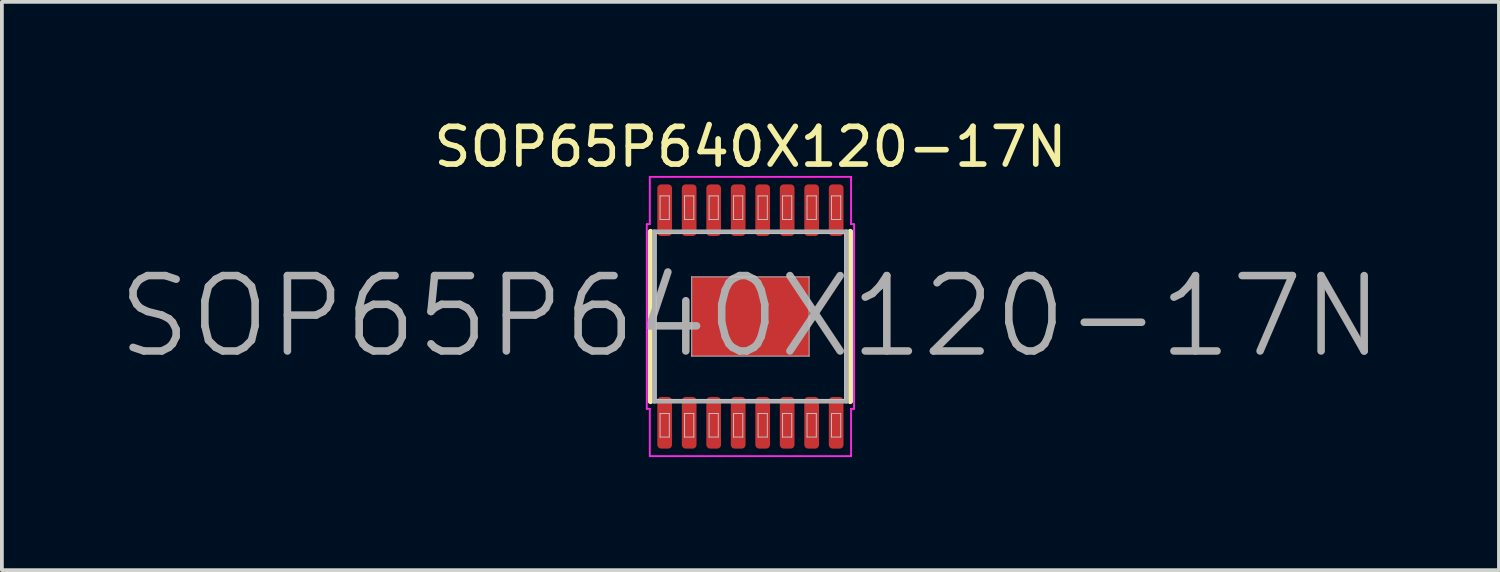
<source format=kicad_pcb>
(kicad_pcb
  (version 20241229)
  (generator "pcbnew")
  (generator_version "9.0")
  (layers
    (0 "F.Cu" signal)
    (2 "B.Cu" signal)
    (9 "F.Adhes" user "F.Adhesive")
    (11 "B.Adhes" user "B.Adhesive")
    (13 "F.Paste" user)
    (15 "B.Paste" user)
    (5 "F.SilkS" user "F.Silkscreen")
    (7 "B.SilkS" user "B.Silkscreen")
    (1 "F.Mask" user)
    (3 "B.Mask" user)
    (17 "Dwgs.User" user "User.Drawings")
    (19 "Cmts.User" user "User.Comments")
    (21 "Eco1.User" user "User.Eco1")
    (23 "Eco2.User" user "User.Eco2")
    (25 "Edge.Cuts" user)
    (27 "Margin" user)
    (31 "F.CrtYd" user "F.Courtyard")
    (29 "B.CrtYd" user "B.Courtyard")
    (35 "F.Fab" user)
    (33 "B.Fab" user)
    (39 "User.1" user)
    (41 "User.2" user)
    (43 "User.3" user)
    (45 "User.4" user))
  (footprint "SOP65P640X120-17N"
    (layer "F.Cu")
    (at 16.862 5.348)
    (property "Reference" "SOP65P640X120-17N" (at 0 -4.5 0) (layer "F.SilkS") (effects (font (size 1 1) (thickness 0.15))))
    (attr smd)
    (fp_line (start -2.65 2.25) (end -2.65 -2.25) (stroke (width 0.15) (type solid)) (layer "F.SilkS"))
    (fp_line (start 2.65 2.25) (end 2.65 -2.25) (stroke (width 0.15) (type solid)) (layer "F.SilkS"))
    (fp_line (start -2.5 -2.2) (end 2.5 -2.2) (stroke (width 0.025) (type solid)) (layer "Dwgs.User"))
    (fp_line (start -2.5 2.2) (end -2.5 -2.2) (stroke (width 0.025) (type solid)) (layer "Dwgs.User"))
    (fp_line (start -2.397 -3.2) (end -2.152 -3.2) (stroke (width 0.025) (type solid)) (layer "Dwgs.User"))
    (fp_line (start -2.397 -2.575) (end -2.397 -3.2) (stroke (width 0.025) (type solid)) (layer "Dwgs.User"))
    (fp_line (start -2.397 2.575) (end -2.152 2.575) (stroke (width 0.025) (type solid)) (layer "Dwgs.User"))
    (fp_line (start -2.397 3.2) (end -2.397 2.575) (stroke (width 0.025) (type solid)) (layer "Dwgs.User"))
    (fp_line (start -2.152 -3.2) (end -2.152 -2.575) (stroke (width 0.025) (type solid)) (layer "Dwgs.User"))
    (fp_line (start -2.152 -2.575) (end -2.397 -2.575) (stroke (width 0.025) (type solid)) (layer "Dwgs.User"))
    (fp_line (start -2.152 2.575) (end -2.152 3.2) (stroke (width 0.025) (type solid)) (layer "Dwgs.User"))
    (fp_line (start -2.152 3.2) (end -2.397 3.2) (stroke (width 0.025) (type solid)) (layer "Dwgs.User"))
    (fp_line (start -1.748 -3.2) (end -1.502 -3.2) (stroke (width 0.025) (type solid)) (layer "Dwgs.User"))
    (fp_line (start -1.748 -2.575) (end -1.748 -3.2) (stroke (width 0.025) (type solid)) (layer "Dwgs.User"))
    (fp_line (start -1.748 2.575) (end -1.502 2.575) (stroke (width 0.025) (type solid)) (layer "Dwgs.User"))
    (fp_line (start -1.748 3.2) (end -1.748 2.575) (stroke (width 0.025) (type solid)) (layer "Dwgs.User"))
    (fp_line (start -1.558 -1.052) (end 1.558 -1.052) (stroke (width 0.025) (type solid)) (layer "Dwgs.User"))
    (fp_line (start -1.558 1.052) (end -1.558 -1.052) (stroke (width 0.025) (type solid)) (layer "Dwgs.User"))
    (fp_line (start -1.502 -3.2) (end -1.502 -2.575) (stroke (width 0.025) (type solid)) (layer "Dwgs.User"))
    (fp_line (start -1.502 -2.575) (end -1.748 -2.575) (stroke (width 0.025) (type solid)) (layer "Dwgs.User"))
    (fp_line (start -1.502 2.575) (end -1.502 3.2) (stroke (width 0.025) (type solid)) (layer "Dwgs.User"))
    (fp_line (start -1.502 3.2) (end -1.748 3.2) (stroke (width 0.025) (type solid)) (layer "Dwgs.User"))
    (fp_line (start -1.097 -3.2) (end -0.853 -3.2) (stroke (width 0.025) (type solid)) (layer "Dwgs.User"))
    (fp_line (start -1.097 -2.575) (end -1.097 -3.2) (stroke (width 0.025) (type solid)) (layer "Dwgs.User"))
    (fp_line (start -1.097 2.575) (end -0.853 2.575) (stroke (width 0.025) (type solid)) (layer "Dwgs.User"))
    (fp_line (start -1.097 3.2) (end -1.097 2.575) (stroke (width 0.025) (type solid)) (layer "Dwgs.User"))
    (fp_line (start -0.853 -3.2) (end -0.853 -2.575) (stroke (width 0.025) (type solid)) (layer "Dwgs.User"))
    (fp_line (start -0.853 -2.575) (end -1.097 -2.575) (stroke (width 0.025) (type solid)) (layer "Dwgs.User"))
    (fp_line (start -0.853 2.575) (end -0.853 3.2) (stroke (width 0.025) (type solid)) (layer "Dwgs.User"))
    (fp_line (start -0.853 3.2) (end -1.097 3.2) (stroke (width 0.025) (type solid)) (layer "Dwgs.User"))
    (fp_line (start -0.448 -3.2) (end -0.203 -3.2) (stroke (width 0.025) (type solid)) (layer "Dwgs.User"))
    (fp_line (start -0.448 -2.575) (end -0.448 -3.2) (stroke (width 0.025) (type solid)) (layer "Dwgs.User"))
    (fp_line (start -0.448 2.575) (end -0.203 2.575) (stroke (width 0.025) (type solid)) (layer "Dwgs.User"))
    (fp_line (start -0.448 3.2) (end -0.448 2.575) (stroke (width 0.025) (type solid)) (layer "Dwgs.User"))
    (fp_line (start -0.203 -3.2) (end -0.203 -2.575) (stroke (width 0.025) (type solid)) (layer "Dwgs.User"))
    (fp_line (start -0.203 -2.575) (end -0.448 -2.575) (stroke (width 0.025) (type solid)) (layer "Dwgs.User"))
    (fp_line (start -0.203 2.575) (end -0.203 3.2) (stroke (width 0.025) (type solid)) (layer "Dwgs.User"))
    (fp_line (start -0.203 3.2) (end -0.448 3.2) (stroke (width 0.025) (type solid)) (layer "Dwgs.User"))
    (fp_line (start 0.203 -3.2) (end 0.448 -3.2) (stroke (width 0.025) (type solid)) (layer "Dwgs.User"))
    (fp_line (start 0.203 -2.575) (end 0.203 -3.2) (stroke (width 0.025) (type solid)) (layer "Dwgs.User"))
    (fp_line (start 0.203 2.575) (end 0.448 2.575) (stroke (width 0.025) (type solid)) (layer "Dwgs.User"))
    (fp_line (start 0.203 3.2) (end 0.203 2.575) (stroke (width 0.025) (type solid)) (layer "Dwgs.User"))
    (fp_line (start 0.448 -3.2) (end 0.448 -2.575) (stroke (width 0.025) (type solid)) (layer "Dwgs.User"))
    (fp_line (start 0.448 -2.575) (end 0.203 -2.575) (stroke (width 0.025) (type solid)) (layer "Dwgs.User"))
    (fp_line (start 0.448 2.575) (end 0.448 3.2) (stroke (width 0.025) (type solid)) (layer "Dwgs.User"))
    (fp_line (start 0.448 3.2) (end 0.203 3.2) (stroke (width 0.025) (type solid)) (layer "Dwgs.User"))
    (fp_line (start 0.853 -3.2) (end 1.097 -3.2) (stroke (width 0.025) (type solid)) (layer "Dwgs.User"))
    (fp_line (start 0.853 -2.575) (end 0.853 -3.2) (stroke (width 0.025) (type solid)) (layer "Dwgs.User"))
    (fp_line (start 0.853 2.575) (end 1.097 2.575) (stroke (width 0.025) (type solid)) (layer "Dwgs.User"))
    (fp_line (start 0.853 3.2) (end 0.853 2.575) (stroke (width 0.025) (type solid)) (layer "Dwgs.User"))
    (fp_line (start 1.097 -3.2) (end 1.097 -2.575) (stroke (width 0.025) (type solid)) (layer "Dwgs.User"))
    (fp_line (start 1.097 -2.575) (end 0.853 -2.575) (stroke (width 0.025) (type solid)) (layer "Dwgs.User"))
    (fp_line (start 1.097 2.575) (end 1.097 3.2) (stroke (width 0.025) (type solid)) (layer "Dwgs.User"))
    (fp_line (start 1.097 3.2) (end 0.853 3.2) (stroke (width 0.025) (type solid)) (layer "Dwgs.User"))
    (fp_line (start 1.502 -3.2) (end 1.748 -3.2) (stroke (width 0.025) (type solid)) (layer "Dwgs.User"))
    (fp_line (start 1.502 -2.575) (end 1.502 -3.2) (stroke (width 0.025) (type solid)) (layer "Dwgs.User"))
    (fp_line (start 1.502 2.575) (end 1.748 2.575) (stroke (width 0.025) (type solid)) (layer "Dwgs.User"))
    (fp_line (start 1.502 3.2) (end 1.502 2.575) (stroke (width 0.025) (type solid)) (layer "Dwgs.User"))
    (fp_line (start 1.558 -1.052) (end 1.558 1.052) (stroke (width 0.025) (type solid)) (layer "Dwgs.User"))
    (fp_line (start 1.558 1.052) (end -1.558 1.052) (stroke (width 0.025) (type solid)) (layer "Dwgs.User"))
    (fp_line (start 1.748 -3.2) (end 1.748 -2.575) (stroke (width 0.025) (type solid)) (layer "Dwgs.User"))
    (fp_line (start 1.748 -2.575) (end 1.502 -2.575) (stroke (width 0.025) (type solid)) (layer "Dwgs.User"))
    (fp_line (start 1.748 2.575) (end 1.748 3.2) (stroke (width 0.025) (type solid)) (layer "Dwgs.User"))
    (fp_line (start 1.748 3.2) (end 1.502 3.2) (stroke (width 0.025) (type solid)) (layer "Dwgs.User"))
    (fp_line (start 2.152 -3.2) (end 2.397 -3.2) (stroke (width 0.025) (type solid)) (layer "Dwgs.User"))
    (fp_line (start 2.152 -2.575) (end 2.152 -3.2) (stroke (width 0.025) (type solid)) (layer "Dwgs.User"))
    (fp_line (start 2.152 2.575) (end 2.397 2.575) (stroke (width 0.025) (type solid)) (layer "Dwgs.User"))
    (fp_line (start 2.152 3.2) (end 2.152 2.575) (stroke (width 0.025) (type solid)) (layer "Dwgs.User"))
    (fp_line (start 2.397 -3.2) (end 2.397 -2.575) (stroke (width 0.025) (type solid)) (layer "Dwgs.User"))
    (fp_line (start 2.397 -2.575) (end 2.152 -2.575) (stroke (width 0.025) (type solid)) (layer "Dwgs.User"))
    (fp_line (start 2.397 2.575) (end 2.397 3.2) (stroke (width 0.025) (type solid)) (layer "Dwgs.User"))
    (fp_line (start 2.397 3.2) (end 2.152 3.2) (stroke (width 0.025) (type solid)) (layer "Dwgs.User"))
    (fp_line (start 2.5 -2.2) (end 2.5 2.2) (stroke (width 0.025) (type solid)) (layer "Dwgs.User"))
    (fp_line (start 2.5 2.2) (end -2.5 2.2) (stroke (width 0.025) (type solid)) (layer "Dwgs.User"))
    (fp_line (start -2.75 -2.45) (end -2.75 2.45) (stroke (width 0.05) (type solid)) (layer "F.CrtYd"))
    (fp_line (start -2.75 2.45) (end -2.67 2.45) (stroke (width 0.05) (type solid)) (layer "F.CrtYd"))
    (fp_line (start -2.67 -3.705) (end -2.67 -2.45) (stroke (width 0.05) (type solid)) (layer "F.CrtYd"))
    (fp_line (start -2.67 -2.45) (end -2.75 -2.45) (stroke (width 0.05) (type solid)) (layer "F.CrtYd"))
    (fp_line (start -2.67 2.45) (end -2.67 3.705) (stroke (width 0.05) (type solid)) (layer "F.CrtYd"))
    (fp_line (start -2.67 3.705) (end 2.67 3.705) (stroke (width 0.05) (type solid)) (layer "F.CrtYd"))
    (fp_line (start 2.67 -3.705) (end -2.67 -3.705) (stroke (width 0.05) (type solid)) (layer "F.CrtYd"))
    (fp_line (start 2.67 -2.45) (end 2.67 -3.705) (stroke (width 0.05) (type solid)) (layer "F.CrtYd"))
    (fp_line (start 2.67 2.45) (end 2.75 2.45) (stroke (width 0.05) (type solid)) (layer "F.CrtYd"))
    (fp_line (start 2.67 3.705) (end 2.67 2.45) (stroke (width 0.05) (type solid)) (layer "F.CrtYd"))
    (fp_line (start 2.75 -2.45) (end 2.67 -2.45) (stroke (width 0.05) (type solid)) (layer "F.CrtYd"))
    (fp_line (start 2.75 2.45) (end 2.75 -2.45) (stroke (width 0.05) (type solid)) (layer "F.CrtYd"))
    (fp_line (start -2.55 -2.25) (end 2.55 -2.25) (stroke (width 0.12) (type solid)) (layer "F.Fab"))
    (fp_line (start -2.55 2.25) (end -2.55 -2.25) (stroke (width 0.12) (type solid)) (layer "F.Fab"))
    (fp_line (start 2.55 -2.25) (end 2.55 2.25) (stroke (width 0.12) (type solid)) (layer "F.Fab"))
    (fp_line (start 2.55 2.25) (end -2.55 2.25) (stroke (width 0.12) (type solid)) (layer "F.Fab"))
    (fp_text user "${REFERENCE}" (at 0 0 0) (layer "F.Fab") (effects (font (size 2 2) (thickness 0.2))))
    (pad "" smd rect (at -0.78 -0.525 90) (size 0.74 1.25) (layers "F.Paste"))
    (pad "" smd rect (at -0.78 0.525 90) (size 0.74 1.25) (layers "F.Paste"))
    (pad "" smd rect (at 0.78 -0.525 90) (size 0.74 1.25) (layers "F.Paste"))
    (pad "" smd rect (at 0.78 0.525 90) (size 0.74 1.25) (layers "F.Paste"))
    (pad "1" smd roundrect (at -2.275 2.82 90) (size 1.37 0.39) (layers "F.Cu" "F.Mask" "F.Paste") (roundrect_rratio 0.256))
    (pad "2" smd roundrect (at -1.625 2.82 90) (size 1.37 0.39) (layers "F.Cu" "F.Mask" "F.Paste") (roundrect_rratio 0.256))
    (pad "3" smd roundrect (at -0.975 2.82 90) (size 1.37 0.39) (layers "F.Cu" "F.Mask" "F.Paste") (roundrect_rratio 0.256))
    (pad "4" smd roundrect (at -0.325 2.82 90) (size 1.37 0.39) (layers "F.Cu" "F.Mask" "F.Paste") (roundrect_rratio 0.256))
    (pad "5" smd roundrect (at 0.325 2.82 90) (size 1.37 0.39) (layers "F.Cu" "F.Mask" "F.Paste") (roundrect_rratio 0.256))
    (pad "6" smd roundrect (at 0.975 2.82 90) (size 1.37 0.39) (layers "F.Cu" "F.Mask" "F.Paste") (roundrect_rratio 0.256))
    (pad "7" smd roundrect (at 1.625 2.82 90) (size 1.37 0.39) (layers "F.Cu" "F.Mask" "F.Paste") (roundrect_rratio 0.256))
    (pad "8" smd roundrect (at 2.275 2.82 90) (size 1.37 0.39) (layers "F.Cu" "F.Mask" "F.Paste") (roundrect_rratio 0.256))
    (pad "9" smd roundrect (at 2.275 -2.82 90) (size 1.37 0.39) (layers "F.Cu" "F.Mask" "F.Paste") (roundrect_rratio 0.256))
    (pad "10" smd roundrect (at 1.625 -2.82 90) (size 1.37 0.39) (layers "F.Cu" "F.Mask" "F.Paste") (roundrect_rratio 0.256))
    (pad "11" smd roundrect (at 0.975 -2.82 90) (size 1.37 0.39) (layers "F.Cu" "F.Mask" "F.Paste") (roundrect_rratio 0.256))
    (pad "12" smd roundrect (at 0.325 -2.82 90) (size 1.37 0.39) (layers "F.Cu" "F.Mask" "F.Paste") (roundrect_rratio 0.256))
    (pad "13" smd roundrect (at -0.325 -2.82 90) (size 1.37 0.39) (layers "F.Cu" "F.Mask" "F.Paste") (roundrect_rratio 0.256))
    (pad "14" smd roundrect (at -0.975 -2.82 90) (size 1.37 0.39) (layers "F.Cu" "F.Mask" "F.Paste") (roundrect_rratio 0.256))
    (pad "15" smd roundrect (at -1.625 -2.82 90) (size 1.37 0.39) (layers "F.Cu" "F.Mask" "F.Paste") (roundrect_rratio 0.256))
    (pad "16" smd roundrect (at -2.275 -2.82 90) (size 1.37 0.39) (layers "F.Cu" "F.Mask" "F.Paste") (roundrect_rratio 0.256))
    (pad "17" smd rect (at 0 0 90) (size 2.105 3.115) (layers "F.Cu" "F.Mask")))
  (gr_rect
    (start -3 -3)
    (end 36.724 12.078)
    (stroke (width 0.1) (type default))
    (fill no)
    (layer "Edge.Cuts")))
</source>
